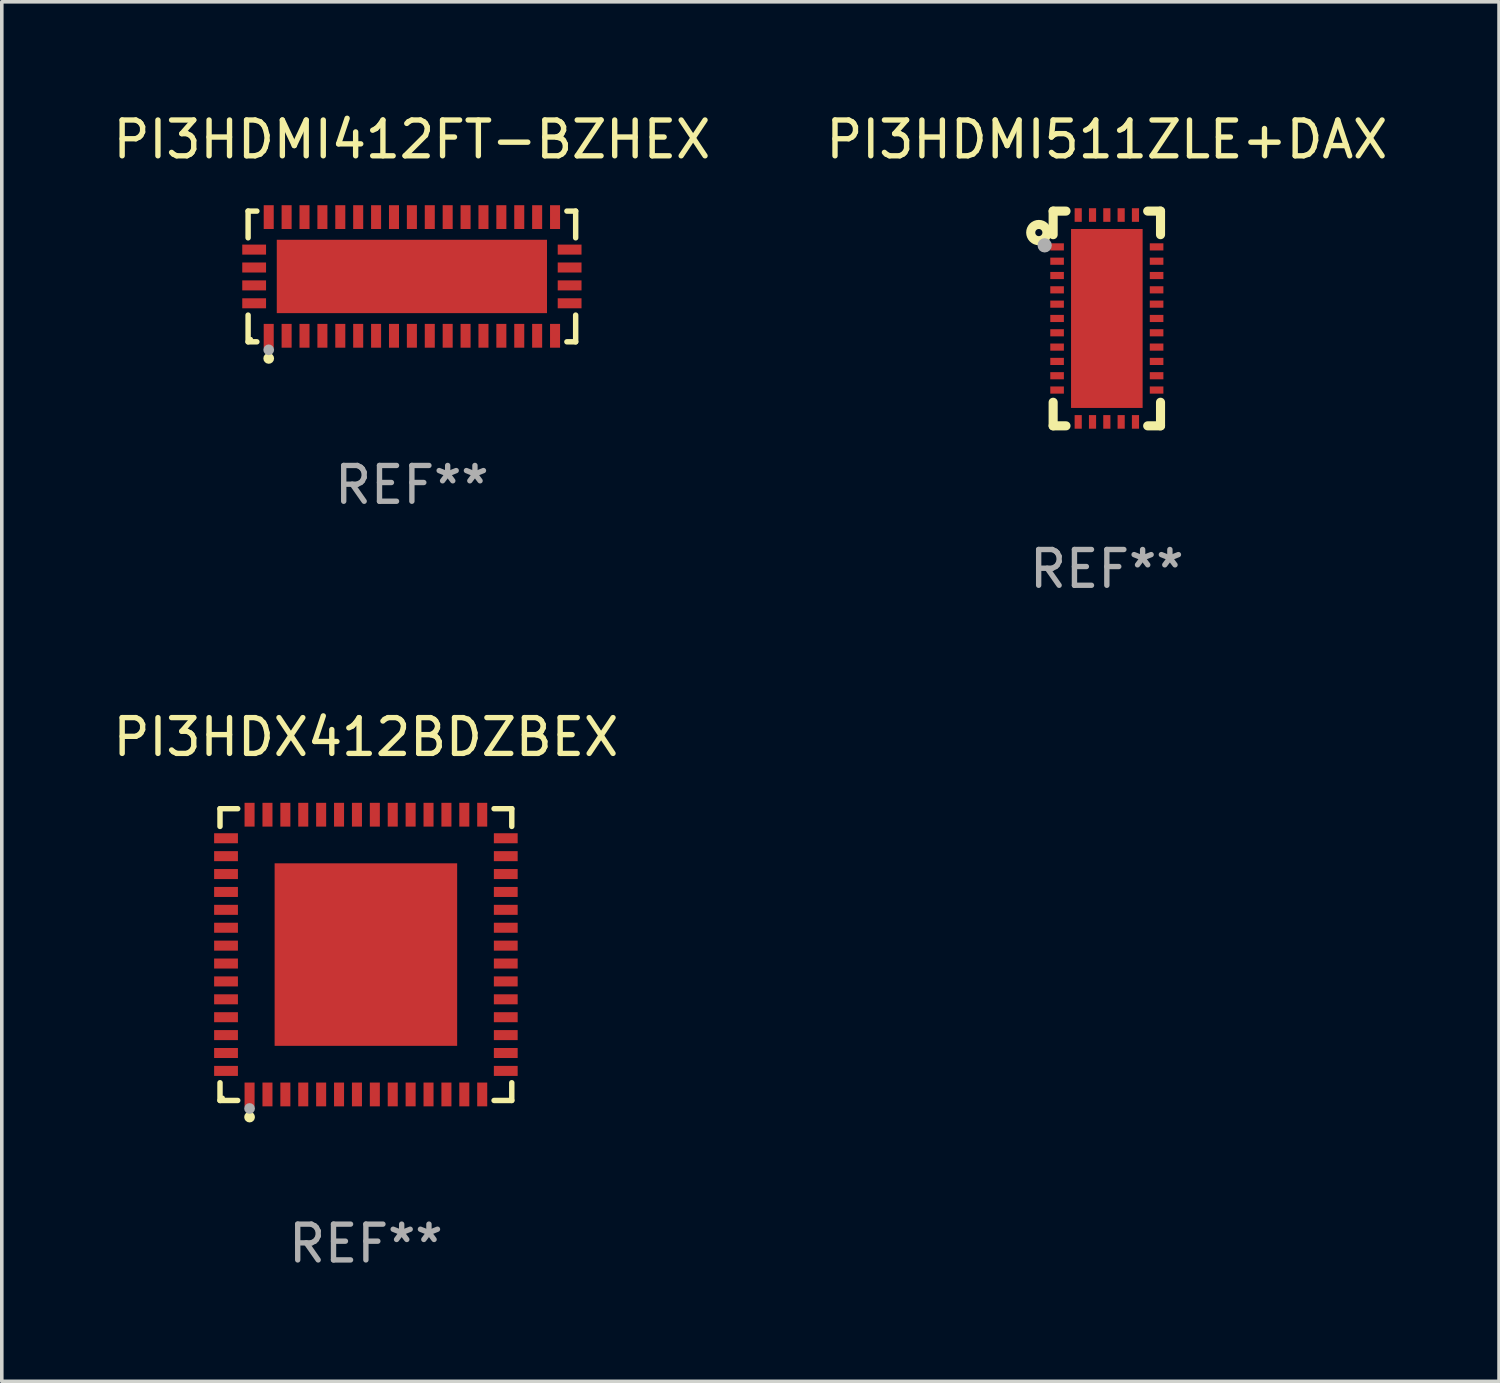
<source format=kicad_pcb>
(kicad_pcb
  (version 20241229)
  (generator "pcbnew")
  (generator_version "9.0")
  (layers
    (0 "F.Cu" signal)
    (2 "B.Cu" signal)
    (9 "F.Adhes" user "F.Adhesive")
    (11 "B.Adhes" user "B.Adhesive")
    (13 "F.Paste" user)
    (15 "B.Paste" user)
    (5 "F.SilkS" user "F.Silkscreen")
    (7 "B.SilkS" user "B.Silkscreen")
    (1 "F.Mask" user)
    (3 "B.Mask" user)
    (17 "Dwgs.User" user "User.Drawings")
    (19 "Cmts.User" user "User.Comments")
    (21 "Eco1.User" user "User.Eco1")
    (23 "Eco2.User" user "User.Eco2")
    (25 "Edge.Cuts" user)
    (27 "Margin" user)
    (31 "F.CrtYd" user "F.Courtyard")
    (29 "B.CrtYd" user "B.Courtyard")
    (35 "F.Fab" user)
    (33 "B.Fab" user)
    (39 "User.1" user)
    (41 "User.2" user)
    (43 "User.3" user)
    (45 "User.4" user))
  (footprint "PI3HDX412BDZBEX"
    (layer "F.Cu")
    (at 7.173 23.621)
    (property "Reference" "PI3HDX412BDZBEX" (at 0 -6.076 0) (layer "F.SilkS") (effects (font (size 1 1) (thickness 0.15))))
    (attr through_hole)
    (fp_line (start -4.076 -4.076) (end -3.581 -4.076) (stroke (width 0.152) (type solid)) (layer "F.SilkS"))
    (fp_line (start -4.076 -3.581) (end -4.076 -4.076) (stroke (width 0.152) (type solid)) (layer "F.SilkS"))
    (fp_line (start -4.076 3.581) (end -4.076 4.076) (stroke (width 0.152) (type solid)) (layer "F.SilkS"))
    (fp_line (start -4.076 4.076) (end -3.581 4.076) (stroke (width 0.152) (type solid)) (layer "F.SilkS"))
    (fp_line (start 4.076 -4.076) (end 3.581 -4.076) (stroke (width 0.152) (type solid)) (layer "F.SilkS"))
    (fp_line (start 4.076 -3.581) (end 4.076 -4.076) (stroke (width 0.152) (type solid)) (layer "F.SilkS"))
    (fp_line (start 4.076 3.581) (end 4.076 4.076) (stroke (width 0.152) (type solid)) (layer "F.SilkS"))
    (fp_line (start 4.076 4.076) (end 3.581 4.076) (stroke (width 0.152) (type solid)) (layer "F.SilkS"))
    (fp_circle (center -4 4) (end -3.97 4) (stroke (width 0.06) (type solid)) (fill no) (layer "F.SilkS"))
    (fp_circle (center -3.25 4.54) (end -3.175 4.54) (stroke (width 0.15) (type solid)) (fill no) (layer "F.SilkS"))
    (fp_circle (center -3.25 4.3) (end -3.175 4.3) (stroke (width 0.15) (type solid)) (fill no) (layer "F.Fab"))
    (fp_text user "REF**" (at 0 8.076 0) (layer "F.Fab") (effects (font (size 1 1) (thickness 0.15))))
    (pad "1" smd rect (at -3.25 3.908) (size 0.28 0.665) (layers "F.Cu" "F.Mask" "F.Paste"))
    (pad "2" smd rect (at -2.75 3.908) (size 0.28 0.665) (layers "F.Cu" "F.Mask" "F.Paste"))
    (pad "3" smd rect (at -2.25 3.908) (size 0.28 0.665) (layers "F.Cu" "F.Mask" "F.Paste"))
    (pad "4" smd rect (at -1.75 3.908) (size 0.28 0.665) (layers "F.Cu" "F.Mask" "F.Paste"))
    (pad "5" smd rect (at -1.25 3.908) (size 0.28 0.665) (layers "F.Cu" "F.Mask" "F.Paste"))
    (pad "6" smd rect (at -0.75 3.908) (size 0.28 0.665) (layers "F.Cu" "F.Mask" "F.Paste"))
    (pad "7" smd rect (at -0.25 3.908) (size 0.28 0.665) (layers "F.Cu" "F.Mask" "F.Paste"))
    (pad "8" smd rect (at 0.25 3.908) (size 0.28 0.665) (layers "F.Cu" "F.Mask" "F.Paste"))
    (pad "9" smd rect (at 0.75 3.908) (size 0.28 0.665) (layers "F.Cu" "F.Mask" "F.Paste"))
    (pad "10" smd rect (at 1.25 3.908) (size 0.28 0.665) (layers "F.Cu" "F.Mask" "F.Paste"))
    (pad "11" smd rect (at 1.75 3.908) (size 0.28 0.665) (layers "F.Cu" "F.Mask" "F.Paste"))
    (pad "12" smd rect (at 2.25 3.908) (size 0.28 0.665) (layers "F.Cu" "F.Mask" "F.Paste"))
    (pad "13" smd rect (at 2.75 3.908) (size 0.28 0.665) (layers "F.Cu" "F.Mask" "F.Paste"))
    (pad "14" smd rect (at 3.25 3.908) (size 0.28 0.665) (layers "F.Cu" "F.Mask" "F.Paste"))
    (pad "15" smd rect (at 3.908 3.25) (size 0.665 0.28) (layers "F.Cu" "F.Mask" "F.Paste"))
    (pad "16" smd rect (at 3.908 2.75) (size 0.665 0.28) (layers "F.Cu" "F.Mask" "F.Paste"))
    (pad "17" smd rect (at 3.908 2.25) (size 0.665 0.28) (layers "F.Cu" "F.Mask" "F.Paste"))
    (pad "18" smd rect (at 3.908 1.75) (size 0.665 0.28) (layers "F.Cu" "F.Mask" "F.Paste"))
    (pad "19" smd rect (at 3.908 1.25) (size 0.665 0.28) (layers "F.Cu" "F.Mask" "F.Paste"))
    (pad "20" smd rect (at 3.908 0.75) (size 0.665 0.28) (layers "F.Cu" "F.Mask" "F.Paste"))
    (pad "21" smd rect (at 3.908 0.25) (size 0.665 0.28) (layers "F.Cu" "F.Mask" "F.Paste"))
    (pad "22" smd rect (at 3.908 -0.25) (size 0.665 0.28) (layers "F.Cu" "F.Mask" "F.Paste"))
    (pad "23" smd rect (at 3.908 -0.75) (size 0.665 0.28) (layers "F.Cu" "F.Mask" "F.Paste"))
    (pad "24" smd rect (at 3.908 -1.25) (size 0.665 0.28) (layers "F.Cu" "F.Mask" "F.Paste"))
    (pad "25" smd rect (at 3.908 -1.75) (size 0.665 0.28) (layers "F.Cu" "F.Mask" "F.Paste"))
    (pad "26" smd rect (at 3.908 -2.25) (size 0.665 0.28) (layers "F.Cu" "F.Mask" "F.Paste"))
    (pad "27" smd rect (at 3.908 -2.75) (size 0.665 0.28) (layers "F.Cu" "F.Mask" "F.Paste"))
    (pad "28" smd rect (at 3.908 -3.25) (size 0.665 0.28) (layers "F.Cu" "F.Mask" "F.Paste"))
    (pad "29" smd rect (at 3.25 -3.908) (size 0.28 0.665) (layers "F.Cu" "F.Mask" "F.Paste"))
    (pad "30" smd rect (at 2.75 -3.908) (size 0.28 0.665) (layers "F.Cu" "F.Mask" "F.Paste"))
    (pad "31" smd rect (at 2.25 -3.908) (size 0.28 0.665) (layers "F.Cu" "F.Mask" "F.Paste"))
    (pad "32" smd rect (at 1.75 -3.908) (size 0.28 0.665) (layers "F.Cu" "F.Mask" "F.Paste"))
    (pad "33" smd rect (at 1.25 -3.908) (size 0.28 0.665) (layers "F.Cu" "F.Mask" "F.Paste"))
    (pad "34" smd rect (at 0.75 -3.908) (size 0.28 0.665) (layers "F.Cu" "F.Mask" "F.Paste"))
    (pad "35" smd rect (at 0.25 -3.908) (size 0.28 0.665) (layers "F.Cu" "F.Mask" "F.Paste"))
    (pad "36" smd rect (at -0.25 -3.908) (size 0.28 0.665) (layers "F.Cu" "F.Mask" "F.Paste"))
    (pad "37" smd rect (at -0.75 -3.908) (size 0.28 0.665) (layers "F.Cu" "F.Mask" "F.Paste"))
    (pad "38" smd rect (at -1.25 -3.908) (size 0.28 0.665) (layers "F.Cu" "F.Mask" "F.Paste"))
    (pad "39" smd rect (at -1.75 -3.908) (size 0.28 0.665) (layers "F.Cu" "F.Mask" "F.Paste"))
    (pad "40" smd rect (at -2.25 -3.908) (size 0.28 0.665) (layers "F.Cu" "F.Mask" "F.Paste"))
    (pad "41" smd rect (at -2.75 -3.908) (size 0.28 0.665) (layers "F.Cu" "F.Mask" "F.Paste"))
    (pad "42" smd rect (at -3.25 -3.908) (size 0.28 0.665) (layers "F.Cu" "F.Mask" "F.Paste"))
    (pad "43" smd rect (at -3.908 -3.25) (size 0.665 0.28) (layers "F.Cu" "F.Mask" "F.Paste"))
    (pad "44" smd rect (at -3.908 -2.75) (size 0.665 0.28) (layers "F.Cu" "F.Mask" "F.Paste"))
    (pad "45" smd rect (at -3.908 -2.25) (size 0.665 0.28) (layers "F.Cu" "F.Mask" "F.Paste"))
    (pad "46" smd rect (at -3.908 -1.75) (size 0.665 0.28) (layers "F.Cu" "F.Mask" "F.Paste"))
    (pad "47" smd rect (at -3.908 -1.25) (size 0.665 0.28) (layers "F.Cu" "F.Mask" "F.Paste"))
    (pad "48" smd rect (at -3.908 -0.75) (size 0.665 0.28) (layers "F.Cu" "F.Mask" "F.Paste"))
    (pad "49" smd rect (at -3.908 -0.25) (size 0.665 0.28) (layers "F.Cu" "F.Mask" "F.Paste"))
    (pad "50" smd rect (at -3.908 0.25) (size 0.665 0.28) (layers "F.Cu" "F.Mask" "F.Paste"))
    (pad "51" smd rect (at -3.908 0.75) (size 0.665 0.28) (layers "F.Cu" "F.Mask" "F.Paste"))
    (pad "52" smd rect (at -3.908 1.25) (size 0.665 0.28) (layers "F.Cu" "F.Mask" "F.Paste"))
    (pad "53" smd rect (at -3.908 1.75) (size 0.665 0.28) (layers "F.Cu" "F.Mask" "F.Paste"))
    (pad "54" smd rect (at -3.908 2.25) (size 0.665 0.28) (layers "F.Cu" "F.Mask" "F.Paste"))
    (pad "55" smd rect (at -3.908 2.75) (size 0.665 0.28) (layers "F.Cu" "F.Mask" "F.Paste"))
    (pad "56" smd rect (at -3.908 3.25) (size 0.665 0.28) (layers "F.Cu" "F.Mask" "F.Paste"))
    (pad "57" smd rect (at 0 0) (size 5.1 5.1) (layers "F.Cu" "F.Mask" "F.Paste")))
  (footprint "PI3HDMI412FT-BZHEX"
    (layer "F.Cu")
    (at 8.458 4.674)
    (property "Reference" "PI3HDMI412FT-BZHEX" (at 0 -3.826 0) (layer "F.SilkS") (effects (font (size 1 1) (thickness 0.15))))
    (attr through_hole)
    (fp_line (start -4.576 -1.826) (end -4.331 -1.826) (stroke (width 0.152) (type solid)) (layer "F.SilkS"))
    (fp_line (start -4.576 -1.08) (end -4.576 -1.826) (stroke (width 0.152) (type solid)) (layer "F.SilkS"))
    (fp_line (start -4.576 1.08) (end -4.576 1.826) (stroke (width 0.152) (type solid)) (layer "F.SilkS"))
    (fp_line (start -4.576 1.826) (end -4.331 1.826) (stroke (width 0.152) (type solid)) (layer "F.SilkS"))
    (fp_line (start 4.576 -1.826) (end 4.331 -1.826) (stroke (width 0.152) (type solid)) (layer "F.SilkS"))
    (fp_line (start 4.576 -1.08) (end 4.576 -1.826) (stroke (width 0.152) (type solid)) (layer "F.SilkS"))
    (fp_line (start 4.576 1.08) (end 4.576 1.826) (stroke (width 0.152) (type solid)) (layer "F.SilkS"))
    (fp_line (start 4.576 1.826) (end 4.331 1.826) (stroke (width 0.152) (type solid)) (layer "F.SilkS"))
    (fp_circle (center -4.5 1.75) (end -4.47 1.75) (stroke (width 0.06) (type solid)) (fill no) (layer "F.SilkS"))
    (fp_circle (center -4 2.29) (end -3.925 2.29) (stroke (width 0.15) (type solid)) (fill no) (layer "F.SilkS"))
    (fp_circle (center -4 2.05) (end -3.925 2.05) (stroke (width 0.15) (type solid)) (fill no) (layer "F.Fab"))
    (fp_text user "REF**" (at 0 5.826 0) (layer "F.Fab") (effects (font (size 1 1) (thickness 0.15))))
    (pad "1" smd rect (at -4 1.658) (size 0.28 0.665) (layers "F.Cu" "F.Mask" "F.Paste"))
    (pad "2" smd rect (at -3.5 1.658) (size 0.28 0.665) (layers "F.Cu" "F.Mask" "F.Paste"))
    (pad "3" smd rect (at -3 1.658) (size 0.28 0.665) (layers "F.Cu" "F.Mask" "F.Paste"))
    (pad "4" smd rect (at -2.5 1.658) (size 0.28 0.665) (layers "F.Cu" "F.Mask" "F.Paste"))
    (pad "5" smd rect (at -2 1.658) (size 0.28 0.665) (layers "F.Cu" "F.Mask" "F.Paste"))
    (pad "6" smd rect (at -1.5 1.658) (size 0.28 0.665) (layers "F.Cu" "F.Mask" "F.Paste"))
    (pad "7" smd rect (at -1 1.658) (size 0.28 0.665) (layers "F.Cu" "F.Mask" "F.Paste"))
    (pad "8" smd rect (at -0.5 1.658) (size 0.28 0.665) (layers "F.Cu" "F.Mask" "F.Paste"))
    (pad "9" smd rect (at 0 1.658) (size 0.28 0.665) (layers "F.Cu" "F.Mask" "F.Paste"))
    (pad "10" smd rect (at 0.5 1.658) (size 0.28 0.665) (layers "F.Cu" "F.Mask" "F.Paste"))
    (pad "11" smd rect (at 1 1.658) (size 0.28 0.665) (layers "F.Cu" "F.Mask" "F.Paste"))
    (pad "12" smd rect (at 1.5 1.658) (size 0.28 0.665) (layers "F.Cu" "F.Mask" "F.Paste"))
    (pad "13" smd rect (at 2 1.658) (size 0.28 0.665) (layers "F.Cu" "F.Mask" "F.Paste"))
    (pad "14" smd rect (at 2.5 1.658) (size 0.28 0.665) (layers "F.Cu" "F.Mask" "F.Paste"))
    (pad "15" smd rect (at 3 1.658) (size 0.28 0.665) (layers "F.Cu" "F.Mask" "F.Paste"))
    (pad "16" smd rect (at 3.5 1.658) (size 0.28 0.665) (layers "F.Cu" "F.Mask" "F.Paste"))
    (pad "17" smd rect (at 4 1.658) (size 0.28 0.665) (layers "F.Cu" "F.Mask" "F.Paste"))
    (pad "18" smd rect (at 4.407 0.75) (size 0.665 0.28) (layers "F.Cu" "F.Mask" "F.Paste"))
    (pad "19" smd rect (at 4.407 0.25) (size 0.665 0.28) (layers "F.Cu" "F.Mask" "F.Paste"))
    (pad "20" smd rect (at 4.407 -0.25) (size 0.665 0.28) (layers "F.Cu" "F.Mask" "F.Paste"))
    (pad "21" smd rect (at 4.407 -0.75) (size 0.665 0.28) (layers "F.Cu" "F.Mask" "F.Paste"))
    (pad "22" smd rect (at 4 -1.658) (size 0.28 0.665) (layers "F.Cu" "F.Mask" "F.Paste"))
    (pad "23" smd rect (at 3.5 -1.658) (size 0.28 0.665) (layers "F.Cu" "F.Mask" "F.Paste"))
    (pad "24" smd rect (at 3 -1.658) (size 0.28 0.665) (layers "F.Cu" "F.Mask" "F.Paste"))
    (pad "25" smd rect (at 2.5 -1.658) (size 0.28 0.665) (layers "F.Cu" "F.Mask" "F.Paste"))
    (pad "26" smd rect (at 2 -1.658) (size 0.28 0.665) (layers "F.Cu" "F.Mask" "F.Paste"))
    (pad "27" smd rect (at 1.5 -1.658) (size 0.28 0.665) (layers "F.Cu" "F.Mask" "F.Paste"))
    (pad "28" smd rect (at 1 -1.658) (size 0.28 0.665) (layers "F.Cu" "F.Mask" "F.Paste"))
    (pad "29" smd rect (at 0.5 -1.658) (size 0.28 0.665) (layers "F.Cu" "F.Mask" "F.Paste"))
    (pad "30" smd rect (at 0 -1.658) (size 0.28 0.665) (layers "F.Cu" "F.Mask" "F.Paste"))
    (pad "31" smd rect (at -0.5 -1.658) (size 0.28 0.665) (layers "F.Cu" "F.Mask" "F.Paste"))
    (pad "32" smd rect (at -1 -1.658) (size 0.28 0.665) (layers "F.Cu" "F.Mask" "F.Paste"))
    (pad "33" smd rect (at -1.5 -1.658) (size 0.28 0.665) (layers "F.Cu" "F.Mask" "F.Paste"))
    (pad "34" smd rect (at -2 -1.658) (size 0.28 0.665) (layers "F.Cu" "F.Mask" "F.Paste"))
    (pad "35" smd rect (at -2.5 -1.658) (size 0.28 0.665) (layers "F.Cu" "F.Mask" "F.Paste"))
    (pad "36" smd rect (at -3 -1.658) (size 0.28 0.665) (layers "F.Cu" "F.Mask" "F.Paste"))
    (pad "37" smd rect (at -3.5 -1.658) (size 0.28 0.665) (layers "F.Cu" "F.Mask" "F.Paste"))
    (pad "38" smd rect (at -4 -1.658) (size 0.28 0.665) (layers "F.Cu" "F.Mask" "F.Paste"))
    (pad "39" smd rect (at -4.407 -0.75) (size 0.665 0.28) (layers "F.Cu" "F.Mask" "F.Paste"))
    (pad "40" smd rect (at -4.407 -0.25) (size 0.665 0.28) (layers "F.Cu" "F.Mask" "F.Paste"))
    (pad "41" smd rect (at -4.407 0.25) (size 0.665 0.28) (layers "F.Cu" "F.Mask" "F.Paste"))
    (pad "42" smd rect (at -4.407 0.75) (size 0.665 0.28) (layers "F.Cu" "F.Mask" "F.Paste"))
    (pad "43" smd rect (at 0 0) (size 7.55 2.05) (layers "F.Cu" "F.Mask" "F.Paste")))
  (footprint "PI3HDMI511ZLE+DAX"
    (layer "F.Cu")
    (at 27.875 5.848)
    (property "Reference" "PI3HDMI511ZLE+DAX" (at 0 -5 0) (layer "F.SilkS") (effects (font (size 1 1) (thickness 0.15))))
    (attr through_hole)
    (fp_line (start -1.5 -3) (end -1.141 -3) (stroke (width 0.254) (type solid)) (layer "F.SilkS"))
    (fp_line (start -1.5 -2.341) (end -1.5 -3) (stroke (width 0.254) (type solid)) (layer "F.SilkS"))
    (fp_line (start -1.5 3) (end -1.5 2.341) (stroke (width 0.254) (type solid)) (layer "F.SilkS"))
    (fp_line (start -1.141 3) (end -1.5 3) (stroke (width 0.254) (type solid)) (layer "F.SilkS"))
    (fp_line (start 1.141 -3) (end 1.5 -3) (stroke (width 0.254) (type solid)) (layer "F.SilkS"))
    (fp_line (start 1.5 -3) (end 1.5 -2.341) (stroke (width 0.254) (type solid)) (layer "F.SilkS"))
    (fp_line (start 1.5 2.341) (end 1.5 3) (stroke (width 0.254) (type solid)) (layer "F.SilkS"))
    (fp_line (start 1.5 3) (end 1.141 3) (stroke (width 0.254) (type solid)) (layer "F.SilkS"))
    (fp_circle (center -1.9 -2.4) (end -1.8 -2.4) (stroke (width 0.254) (type solid)) (fill no) (layer "F.SilkS"))
    (fp_circle (center -1.5 -3) (end -1.47 -3) (stroke (width 0.06) (type solid)) (fill no) (layer "F.SilkS"))
    (fp_circle (center -1.737 -2.043) (end -1.637 -2.043) (stroke (width 0.2) (type solid)) (fill no) (layer "F.Fab"))
    (fp_text user "REF**" (at 0 7 0) (layer "F.Fab") (effects (font (size 1 1) (thickness 0.15))))
    (pad "1" smd rect (at -1.39 -2 90) (size 0.2 0.38) (layers "F.Cu" "F.Mask" "F.Paste"))
    (pad "2" smd rect (at -1.39 -1.6 90) (size 0.2 0.38) (layers "F.Cu" "F.Mask" "F.Paste"))
    (pad "3" smd rect (at -1.39 -1.2 90) (size 0.2 0.38) (layers "F.Cu" "F.Mask" "F.Paste"))
    (pad "4" smd rect (at -1.39 -0.8 90) (size 0.2 0.38) (layers "F.Cu" "F.Mask" "F.Paste"))
    (pad "5" smd rect (at -1.39 -0.4 90) (size 0.2 0.38) (layers "F.Cu" "F.Mask" "F.Paste"))
    (pad "6" smd rect (at -1.39 0 90) (size 0.2 0.38) (layers "F.Cu" "F.Mask" "F.Paste"))
    (pad "7" smd rect (at -1.39 0.4 90) (size 0.2 0.38) (layers "F.Cu" "F.Mask" "F.Paste"))
    (pad "8" smd rect (at -1.39 0.8 90) (size 0.2 0.38) (layers "F.Cu" "F.Mask" "F.Paste"))
    (pad "9" smd rect (at -1.39 1.2 90) (size 0.2 0.38) (layers "F.Cu" "F.Mask" "F.Paste"))
    (pad "10" smd rect (at -1.39 1.6 90) (size 0.2 0.38) (layers "F.Cu" "F.Mask" "F.Paste"))
    (pad "11" smd rect (at -1.39 2 90) (size 0.2 0.38) (layers "F.Cu" "F.Mask" "F.Paste"))
    (pad "12" smd rect (at -0.8 2.89 180) (size 0.2 0.38) (layers "F.Cu" "F.Mask" "F.Paste"))
    (pad "13" smd rect (at -0.4 2.89 180) (size 0.2 0.38) (layers "F.Cu" "F.Mask" "F.Paste"))
    (pad "14" smd rect (at 0 2.89 180) (size 0.2 0.38) (layers "F.Cu" "F.Mask" "F.Paste"))
    (pad "15" smd rect (at 0.4 2.89 180) (size 0.2 0.38) (layers "F.Cu" "F.Mask" "F.Paste"))
    (pad "16" smd rect (at 0.8 2.89 180) (size 0.2 0.38) (layers "F.Cu" "F.Mask" "F.Paste"))
    (pad "17" smd rect (at 1.39 2 270) (size 0.2 0.38) (layers "F.Cu" "F.Mask" "F.Paste"))
    (pad "18" smd rect (at 1.39 1.6 270) (size 0.2 0.38) (layers "F.Cu" "F.Mask" "F.Paste"))
    (pad "19" smd rect (at 1.39 1.2 270) (size 0.2 0.38) (layers "F.Cu" "F.Mask" "F.Paste"))
    (pad "20" smd rect (at 1.39 0.8 270) (size 0.2 0.38) (layers "F.Cu" "F.Mask" "F.Paste"))
    (pad "21" smd rect (at 1.39 0.4 270) (size 0.2 0.38) (layers "F.Cu" "F.Mask" "F.Paste"))
    (pad "22" smd rect (at 1.39 0 270) (size 0.2 0.38) (layers "F.Cu" "F.Mask" "F.Paste"))
    (pad "23" smd rect (at 1.39 -0.4 270) (size 0.2 0.38) (layers "F.Cu" "F.Mask" "F.Paste"))
    (pad "24" smd rect (at 1.39 -0.8 270) (size 0.2 0.38) (layers "F.Cu" "F.Mask" "F.Paste"))
    (pad "25" smd rect (at 1.39 -1.2 270) (size 0.2 0.38) (layers "F.Cu" "F.Mask" "F.Paste"))
    (pad "26" smd rect (at 1.39 -1.6 270) (size 0.2 0.38) (layers "F.Cu" "F.Mask" "F.Paste"))
    (pad "27" smd rect (at 1.39 -2 270) (size 0.2 0.38) (layers "F.Cu" "F.Mask" "F.Paste"))
    (pad "28" smd rect (at 0.8 -2.89) (size 0.2 0.38) (layers "F.Cu" "F.Mask" "F.Paste"))
    (pad "29" smd rect (at 0.4 -2.89) (size 0.2 0.38) (layers "F.Cu" "F.Mask" "F.Paste"))
    (pad "30" smd rect (at 0 -2.89) (size 0.2 0.38) (layers "F.Cu" "F.Mask" "F.Paste"))
    (pad "31" smd rect (at -0.4 -2.89) (size 0.2 0.38) (layers "F.Cu" "F.Mask" "F.Paste"))
    (pad "32" smd rect (at -0.8 -2.89) (size 0.2 0.38) (layers "F.Cu" "F.Mask" "F.Paste"))
    (pad "33" smd rect (at 0 0) (size 2 5) (layers "F.Cu" "F.Mask" "F.Paste")))
  (gr_rect
    (start -3 -3)
    (end 38.833 35.545)
    (stroke (width 0.1) (type default))
    (fill no)
    (layer "Edge.Cuts")))
</source>
